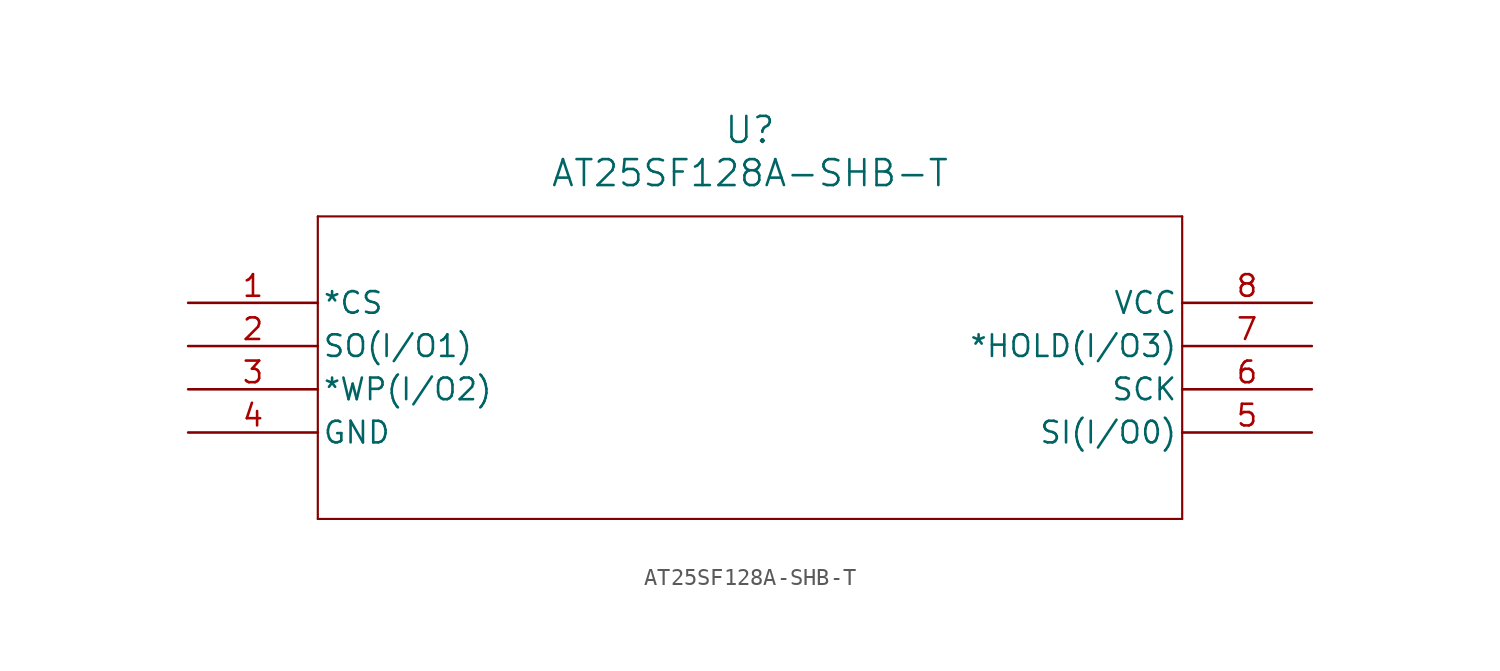
<source format=kicad_sym>
(kicad_symbol_lib
  (version 20211014)
  (generator kicad_symbol_editor)
  (symbol "AT25SF128A-SHB-T"
    (pin_names
      (offset 0.254))
    (property "Reference" "U"
      (at 33.02 10.16 0)
      (effects (font (size 1.524 1.524))))
    (property "Value" "AT25SF128A-SHB-T"
      (at 33.02 7.62 0)
      (effects (font (size 1.524 1.524))))
    (symbol "AT25SF128A-SHB-T_0_1"
      (polyline (pts (xy 7.62 5.08) (xy 7.62 -12.7)) (stroke (width 0.127) (type default) (color 0 0 0 0)) (fill (type none)))
      (polyline (pts (xy 7.62 -12.7) (xy 58.42 -12.7)) (stroke (width 0.127) (type default) (color 0 0 0 0)) (fill (type none)))
      (polyline (pts (xy 58.42 -12.7) (xy 58.42 5.08)) (stroke (width 0.127) (type default) (color 0 0 0 0)) (fill (type none)))
      (polyline (pts (xy 58.42 5.08) (xy 7.62 5.08)) (stroke (width 0.127) (type default) (color 0 0 0 0)) (fill (type none)))
      (pin unspecified line (at 0 0 0) (length 7.62) (name "*CS" (effects (font (size 1.27 1.27)))) (number "1" (effects (font (size 1.27 1.27)))))
      (pin unspecified line (at 0 -2.54 0) (length 7.62) (name "SO(I/O1)" (effects (font (size 1.27 1.27)))) (number "2" (effects (font (size 1.27 1.27)))))
      (pin unspecified line (at 0 -5.08 0) (length 7.62) (name "*WP(I/O2)" (effects (font (size 1.27 1.27)))) (number "3" (effects (font (size 1.27 1.27)))))
      (pin unspecified line (at 0 -7.62 0) (length 7.62) (name "GND" (effects (font (size 1.27 1.27)))) (number "4" (effects (font (size 1.27 1.27)))))
      (pin unspecified line (at 66.04 -7.62 180) (length 7.62) (name "SI(I/O0)" (effects (font (size 1.27 1.27)))) (number "5" (effects (font (size 1.27 1.27)))))
      (pin unspecified line (at 66.04 -5.08 180) (length 7.62) (name "SCK" (effects (font (size 1.27 1.27)))) (number "6" (effects (font (size 1.27 1.27)))))
      (pin unspecified line (at 66.04 -2.54 180) (length 7.62) (name "*HOLD(I/O3)" (effects (font (size 1.27 1.27)))) (number "7" (effects (font (size 1.27 1.27)))))
      (pin unspecified line (at 66.04 0 180) (length 7.62) (name "VCC" (effects (font (size 1.27 1.27)))) (number "8" (effects (font (size 1.27 1.27))))))))
</source>
